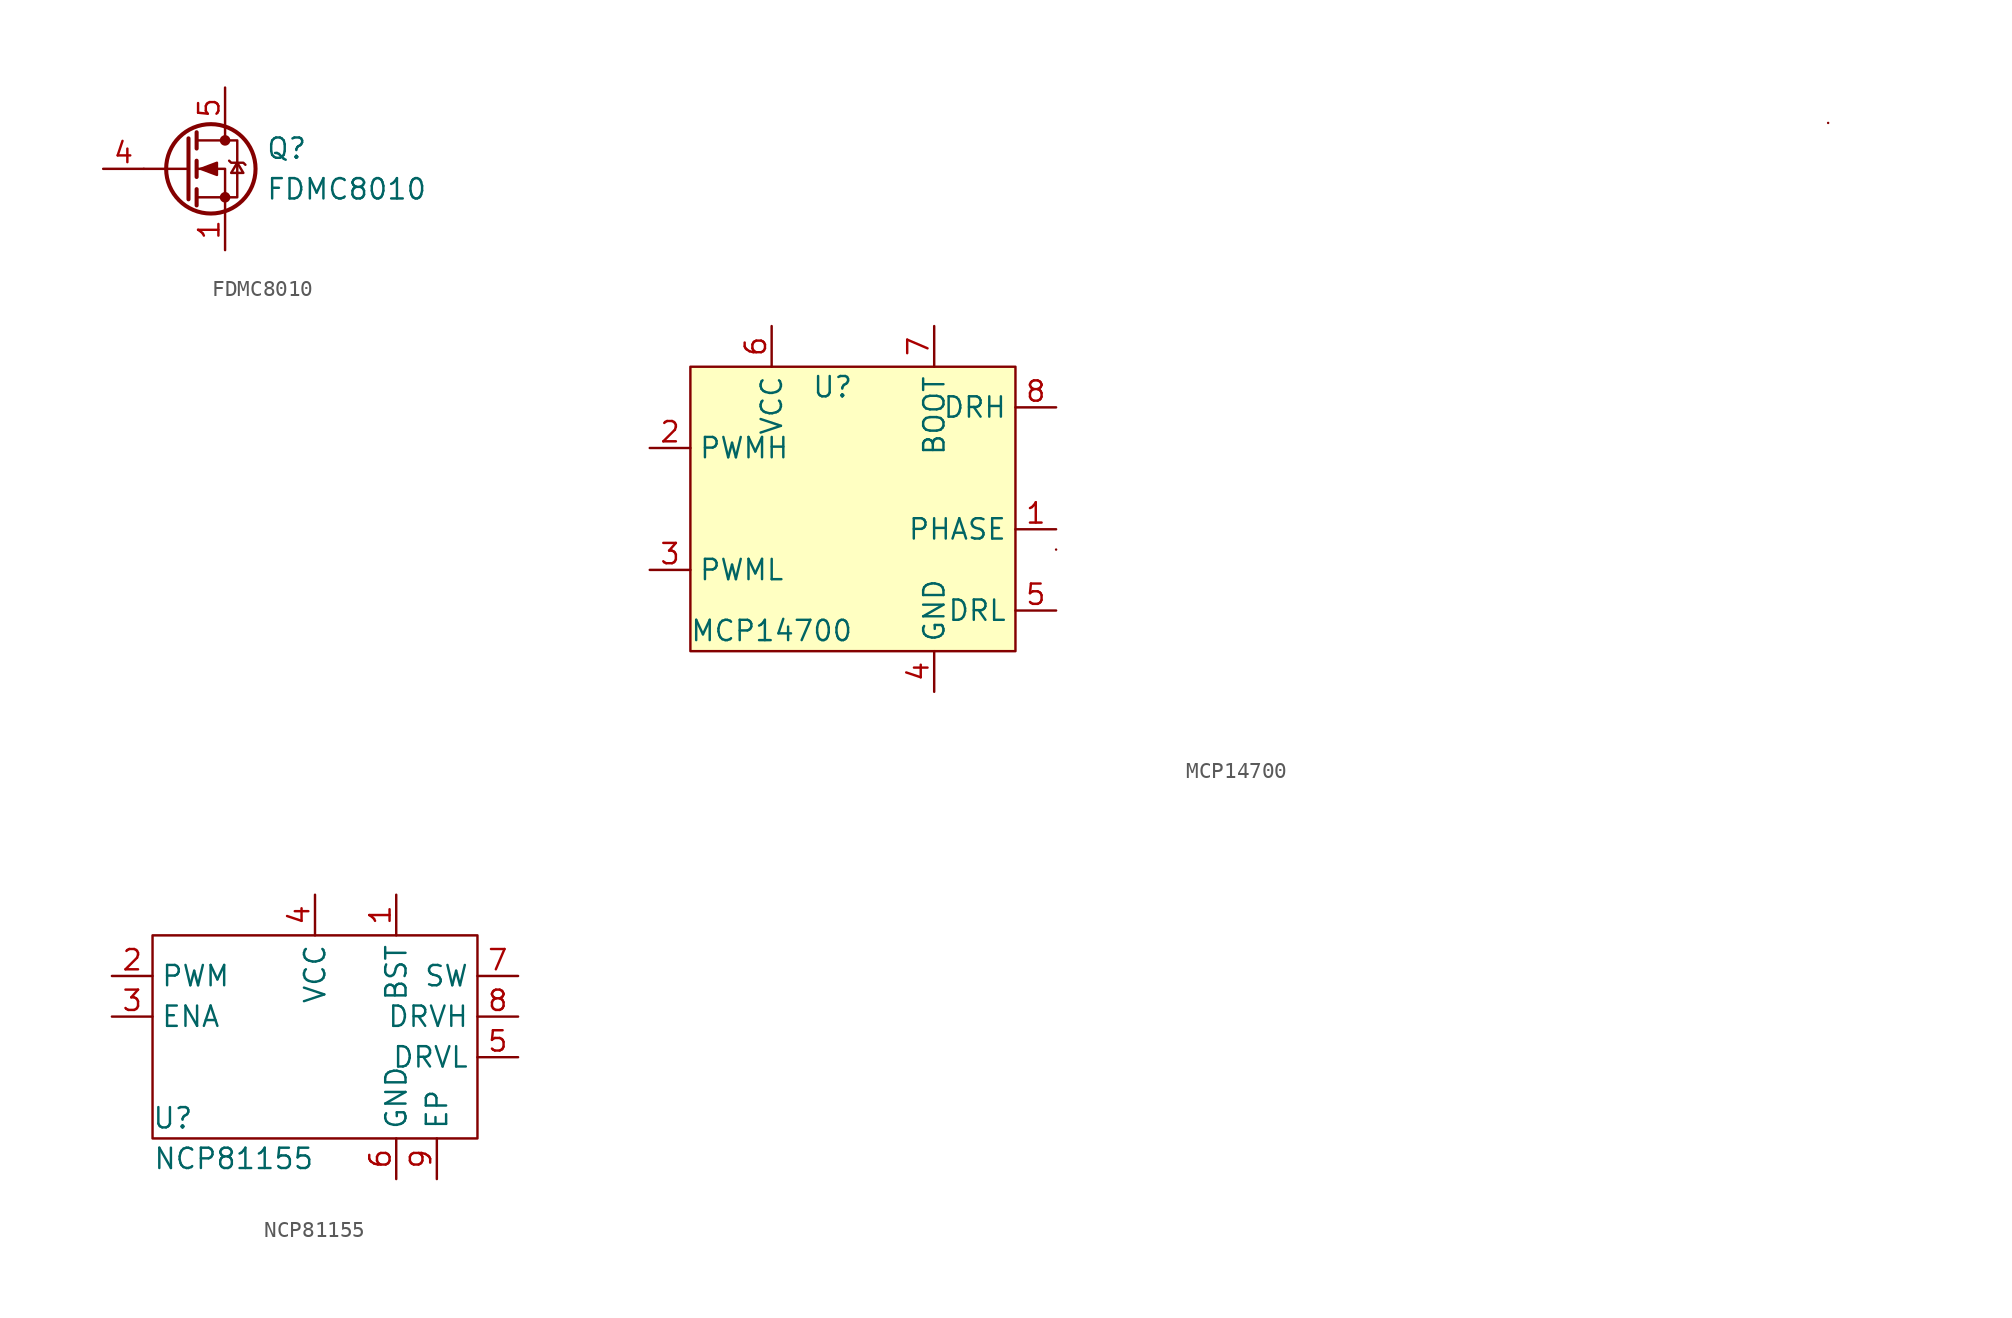
<source format=kicad_sym>
(kicad_symbol_lib
  (version 20211014)
  (generator kicad_symbol_editor)
  (symbol "FDMC8010"
    (pin_names
      (offset 0) hide)
    (property "Reference" "Q"
      (at 5.08 1.27 0)
      (effects (font (size 1.27 1.27)) (justify left)))
    (property "Value" "FDMC8010"
      (at 5.08 -1.27 0)
      (effects (font (size 1.27 1.27)) (justify left)))
    (symbol "FDMC8010_0_1"
      (polyline (pts (xy 0.254 0) (xy -2.54 0)) (stroke (width 0) (type default) (color 0 0 0 0)) (fill (type none)))
      (polyline (pts (xy 0.254 1.905) (xy 0.254 -1.905)) (stroke (width 0.254) (type default) (color 0 0 0 0)) (fill (type none)))
      (polyline (pts (xy 0.762 -1.27) (xy 0.762 -2.286)) (stroke (width 0.254) (type default) (color 0 0 0 0)) (fill (type none)))
      (polyline (pts (xy 0.762 0.508) (xy 0.762 -0.508)) (stroke (width 0.254) (type default) (color 0 0 0 0)) (fill (type none)))
      (polyline (pts (xy 0.762 2.286) (xy 0.762 1.27)) (stroke (width 0.254) (type default) (color 0 0 0 0)) (fill (type none)))
      (polyline (pts (xy 2.54 2.54) (xy 2.54 1.778)) (stroke (width 0) (type default) (color 0 0 0 0)) (fill (type none)))
      (polyline (pts (xy 2.54 -2.54) (xy 2.54 0) (xy 0.762 0)) (stroke (width 0) (type default) (color 0 0 0 0)) (fill (type none)))
      (polyline (pts (xy 0.762 -1.778) (xy 3.302 -1.778) (xy 3.302 1.778) (xy 0.762 1.778)) (stroke (width 0) (type default) (color 0 0 0 0)) (fill (type none)))
      (polyline (pts (xy 1.016 0) (xy 2.032 0.381) (xy 2.032 -0.381) (xy 1.016 0)) (stroke (width 0) (type default) (color 0 0 0 0)) (fill (type outline)))
      (polyline (pts (xy 2.794 0.508) (xy 2.921 0.381) (xy 3.683 0.381) (xy 3.81 0.254)) (stroke (width 0) (type default) (color 0 0 0 0)) (fill (type none)))
      (polyline (pts (xy 3.302 0.381) (xy 2.921 -0.254) (xy 3.683 -0.254) (xy 3.302 0.381)) (stroke (width 0) (type default) (color 0 0 0 0)) (fill (type none)))
      (circle (center 1.651 0) (radius 2.794) (stroke (width 0.254) (type default) (color 0 0 0 0)) (fill (type none)))
      (circle (center 2.54 -1.778) (radius 0.254) (stroke (width 0) (type default) (color 0 0 0 0)) (fill (type outline)))
      (circle (center 2.54 1.778) (radius 0.254) (stroke (width 0) (type default) (color 0 0 0 0)) (fill (type outline))))
    (symbol "FDMC8010_1_1"
      (pin passive line (at 2.54 -5.08 90) (length 2.54) (name "S" (effects (font (size 1.27 1.27)))) (number "1" (effects (font (size 1.27 1.27)))))
      (pin passive line (at 2.54 -5.08 90) (length 2.54) hide (name "S" (effects (font (size 1.27 1.27)))) (number "2" (effects (font (size 1.27 1.27)))))
      (pin passive line (at 2.54 -5.08 90) (length 2.54) hide (name "S" (effects (font (size 1.27 1.27)))) (number "3" (effects (font (size 1.27 1.27)))))
      (pin input line (at -5.08 0 0) (length 2.54) (name "G" (effects (font (size 1.27 1.27)))) (number "4" (effects (font (size 1.27 1.27)))))
      (pin passive line (at 2.54 5.08 270) (length 2.54) (name "D" (effects (font (size 1.27 1.27)))) (number "5" (effects (font (size 1.27 1.27)))))
      (pin passive line (at 2.54 5.08 270) (length 2.54) hide (name "D" (effects (font (size 1.27 1.27)))) (number "6" (effects (font (size 1.27 1.27)))))
      (pin passive line (at 2.54 5.08 270) (length 2.54) hide (name "D" (effects (font (size 1.27 1.27)))) (number "7" (effects (font (size 1.27 1.27)))))
      (pin passive line (at 2.54 5.08 270) (length 2.54) hide (name "D" (effects (font (size 1.27 1.27)))) (number "8" (effects (font (size 1.27 1.27)))))))
  (symbol "MCP14700"
    (property "Reference" "U"
      (at -1.27 7.62 0)
      (effects (font (size 1.27 1.27))))
    (property "Value" "MCP14700"
      (at -5.08 -7.62 0)
      (effects (font (size 1.27 1.27))))
    (symbol "MCP14700_0_1"
      (rectangle (start -10.16 8.89) (end 10.16 -8.89) (stroke (width 0.152) (type default) (color 0 0 0 0)) (fill (type background)))
      (rectangle (start 12.7 -2.54) (end 12.7 -2.54) (stroke (width 0.152) (type default) (color 0 0 0 0)) (fill (type none)))
      (rectangle (start 60.96 24.13) (end 60.96 24.13) (stroke (width 0.152) (type default) (color 0 0 0 0)) (fill (type none))))
    (symbol "MCP14700_1_1"
      (pin power_in line (at 12.7 -1.27 180) (length 2.54) (name "PHASE" (effects (font (size 1.27 1.27)))) (number "1" (effects (font (size 1.27 1.27)))))
      (pin input line (at -12.7 3.81 0) (length 2.54) (name "PWMH" (effects (font (size 1.27 1.27)))) (number "2" (effects (font (size 1.27 1.27)))))
      (pin input line (at -12.7 -3.81 0) (length 2.54) (name "PWML" (effects (font (size 1.27 1.27)))) (number "3" (effects (font (size 1.27 1.27)))))
      (pin power_in line (at 5.08 -11.43 90) (length 2.54) (name "GND" (effects (font (size 1.27 1.27)))) (number "4" (effects (font (size 1.27 1.27)))))
      (pin power_out line (at 12.7 -6.35 180) (length 2.54) (name "DRL" (effects (font (size 1.27 1.27)))) (number "5" (effects (font (size 1.27 1.27)))))
      (pin power_in line (at -5.08 11.43 270) (length 2.54) (name "VCC" (effects (font (size 1.27 1.27)))) (number "6" (effects (font (size 1.27 1.27)))))
      (pin power_out line (at 5.08 11.43 270) (length 2.54) (name "BOOT" (effects (font (size 1.27 1.27)))) (number "7" (effects (font (size 1.27 1.27)))))
      (pin power_out line (at 12.7 6.35 180) (length 2.54) (name "DRH" (effects (font (size 1.27 1.27)))) (number "8" (effects (font (size 1.27 1.27)))))))
  (symbol "NCP81155"
    (property "Reference" "U"
      (at -8.89 -5.08 0)
      (effects (font (size 1.27 1.27))))
    (property "Value" "NCP81155"
      (at -5.08 -7.62 0)
      (effects (font (size 1.27 1.27))))
    (symbol "NCP81155_0_1"
      (rectangle (start 10.16 6.35) (end -10.16 -6.35) (stroke (width 0.152) (type default) (color 0 0 0 0)) (fill (type none))))
    (symbol "NCP81155_1_0"
      (pin power_out line (at 5.08 8.89 270) (length 2.54) (name "BST" (effects (font (size 1.27 1.27)))) (number "1" (effects (font (size 1.27 1.27)))))
      (pin input line (at -12.7 3.81 0) (length 2.54) (name "PWM" (effects (font (size 1.27 1.27)))) (number "2" (effects (font (size 1.27 1.27)))))
      (pin bidirectional line (at -12.7 1.27 0) (length 2.54) (name "ENA" (effects (font (size 1.27 1.27)))) (number "3" (effects (font (size 1.27 1.27)))))
      (pin power_in line (at 0 8.89 270) (length 2.54) (name "VCC" (effects (font (size 1.27 1.27)))) (number "4" (effects (font (size 1.27 1.27)))))
      (pin power_out line (at 12.7 -1.27 180) (length 2.54) (name "DRVL" (effects (font (size 1.27 1.27)))) (number "5" (effects (font (size 1.27 1.27)))))
      (pin power_out line (at 5.08 -8.89 90) (length 2.54) (name "GND" (effects (font (size 1.27 1.27)))) (number "6" (effects (font (size 1.27 1.27)))))
      (pin power_out line (at 12.7 3.81 180) (length 2.54) (name "SW" (effects (font (size 1.27 1.27)))) (number "7" (effects (font (size 1.27 1.27)))))
      (pin power_out line (at 12.7 1.27 180) (length 2.54) (name "DRVH" (effects (font (size 1.27 1.27)))) (number "8" (effects (font (size 1.27 1.27)))))
      (pin power_out line (at 7.62 -8.89 90) (length 2.54) (name "EP" (effects (font (size 1.27 1.27)))) (number "9" (effects (font (size 1.27 1.27))))))))
</source>
